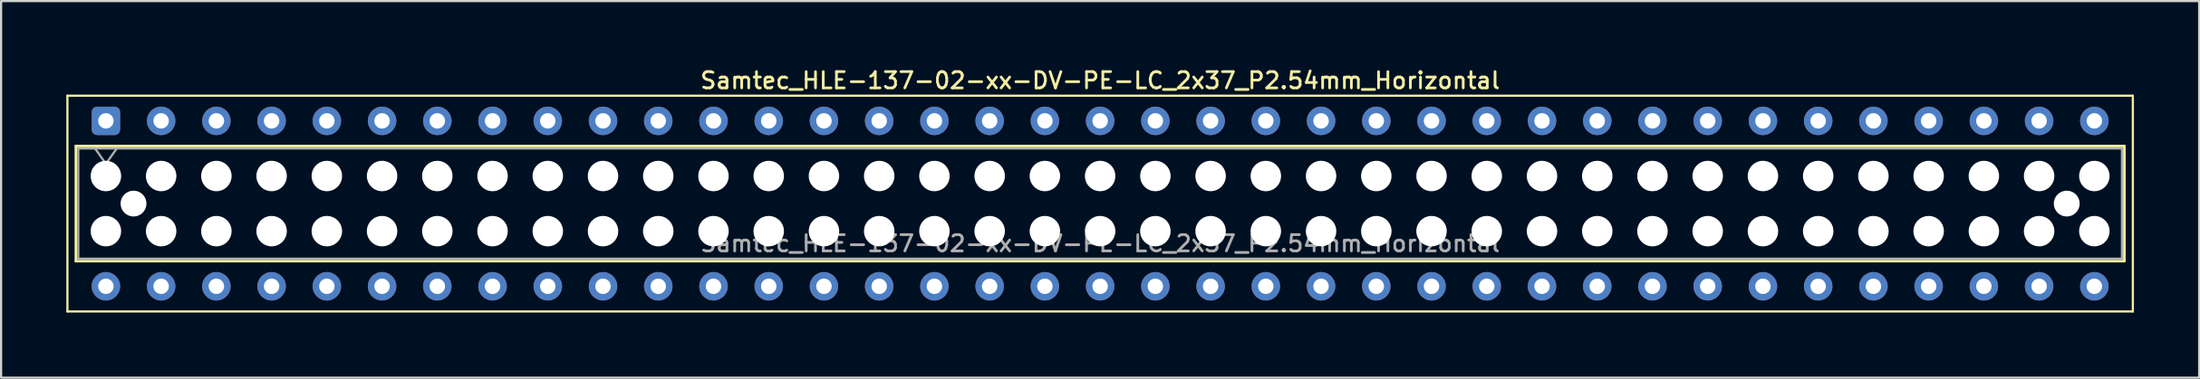
<source format=kicad_pcb>
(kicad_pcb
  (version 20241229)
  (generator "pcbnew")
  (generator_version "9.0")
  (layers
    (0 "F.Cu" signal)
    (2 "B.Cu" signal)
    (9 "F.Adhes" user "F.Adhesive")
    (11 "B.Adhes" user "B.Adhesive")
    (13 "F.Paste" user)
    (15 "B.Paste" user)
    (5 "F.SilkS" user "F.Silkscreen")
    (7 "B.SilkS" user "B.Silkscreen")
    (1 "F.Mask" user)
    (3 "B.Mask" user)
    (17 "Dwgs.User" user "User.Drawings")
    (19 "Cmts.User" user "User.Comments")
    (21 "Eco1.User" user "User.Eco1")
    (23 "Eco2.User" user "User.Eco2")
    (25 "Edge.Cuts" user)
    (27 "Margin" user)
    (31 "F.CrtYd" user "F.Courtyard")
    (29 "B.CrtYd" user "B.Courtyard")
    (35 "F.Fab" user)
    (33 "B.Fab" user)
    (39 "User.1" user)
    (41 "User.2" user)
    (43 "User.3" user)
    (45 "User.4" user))
  (footprint "Samtec_HLE-137-02-xx-DV-PE-LC_2x37_P2.54mm_Horizontal"
    (layer "F.Cu")
    (at 1.82 2.518)
    (property "Reference" "Samtec_HLE-137-02-xx-DV-PE-LC_2x37_P2.54mm_Horizontal" (at 45.72 -1.86 0) (layer "F.SilkS") (effects (font (size 0.75 0.75) (thickness 0.125))))
    (attr through_hole)
    (fp_line (start -1.77 -1.16) (end 93.21 -1.16) (stroke (width 0.1) (type solid)) (layer "F.SilkS"))
    (fp_line (start -1.77 8.78) (end -1.77 -1.16) (stroke (width 0.1) (type solid)) (layer "F.SilkS"))
    (fp_line (start -1.38 1.16) (end 92.82 1.16) (stroke (width 0.12) (type solid)) (layer "F.SilkS"))
    (fp_line (start -1.38 6.46) (end -1.38 1.16) (stroke (width 0.12) (type solid)) (layer "F.SilkS"))
    (fp_line (start 92.82 1.16) (end 92.82 6.46) (stroke (width 0.12) (type solid)) (layer "F.SilkS"))
    (fp_line (start 92.82 6.46) (end -1.38 6.46) (stroke (width 0.12) (type solid)) (layer "F.SilkS"))
    (fp_line (start 93.21 -1.16) (end 93.21 8.78) (stroke (width 0.1) (type solid)) (layer "F.SilkS"))
    (fp_line (start 93.21 8.78) (end -1.77 8.78) (stroke (width 0.1) (type solid)) (layer "F.SilkS"))
    (fp_line (start -1.27 1.27) (end 92.71 1.27) (stroke (width 0.1) (type solid)) (layer "F.Fab"))
    (fp_line (start -1.27 6.35) (end -1.27 1.27) (stroke (width 0.1) (type solid)) (layer "F.Fab"))
    (fp_line (start -0.5 1.27) (end 0 1.977) (stroke (width 0.1) (type solid)) (layer "F.Fab"))
    (fp_line (start 0 1.977) (end 0.5 1.27) (stroke (width 0.1) (type solid)) (layer "F.Fab"))
    (fp_line (start 92.71 1.27) (end 92.71 6.35) (stroke (width 0.1) (type solid)) (layer "F.Fab"))
    (fp_line (start 92.71 6.35) (end -1.27 6.35) (stroke (width 0.1) (type solid)) (layer "F.Fab"))
    (fp_text user "${REFERENCE}" (at 45.72 5.65 0) (layer "F.Fab") (effects (font (size 0.75 0.75) (thickness 0.125))))
    (pad "" np_thru_hole circle (at 0 2.54) (size 1.4 1.4) (drill 1.4) (layers "*.Cu" "*.Mask"))
    (pad "" np_thru_hole circle (at 0 5.08) (size 1.4 1.4) (drill 1.4) (layers "*.Cu" "*.Mask"))
    (pad "" np_thru_hole circle (at 1.27 3.81) (size 1.19 1.19) (drill 1.19) (layers "*.Cu" "*.Mask"))
    (pad "" np_thru_hole circle (at 2.54 2.54) (size 1.4 1.4) (drill 1.4) (layers "*.Cu" "*.Mask"))
    (pad "" np_thru_hole circle (at 2.54 5.08) (size 1.4 1.4) (drill 1.4) (layers "*.Cu" "*.Mask"))
    (pad "" np_thru_hole circle (at 5.08 2.54) (size 1.4 1.4) (drill 1.4) (layers "*.Cu" "*.Mask"))
    (pad "" np_thru_hole circle (at 5.08 5.08) (size 1.4 1.4) (drill 1.4) (layers "*.Cu" "*.Mask"))
    (pad "" np_thru_hole circle (at 7.62 2.54) (size 1.4 1.4) (drill 1.4) (layers "*.Cu" "*.Mask"))
    (pad "" np_thru_hole circle (at 7.62 5.08) (size 1.4 1.4) (drill 1.4) (layers "*.Cu" "*.Mask"))
    (pad "" np_thru_hole circle (at 10.16 2.54) (size 1.4 1.4) (drill 1.4) (layers "*.Cu" "*.Mask"))
    (pad "" np_thru_hole circle (at 10.16 5.08) (size 1.4 1.4) (drill 1.4) (layers "*.Cu" "*.Mask"))
    (pad "" np_thru_hole circle (at 12.7 2.54) (size 1.4 1.4) (drill 1.4) (layers "*.Cu" "*.Mask"))
    (pad "" np_thru_hole circle (at 12.7 5.08) (size 1.4 1.4) (drill 1.4) (layers "*.Cu" "*.Mask"))
    (pad "" np_thru_hole circle (at 15.24 2.54) (size 1.4 1.4) (drill 1.4) (layers "*.Cu" "*.Mask"))
    (pad "" np_thru_hole circle (at 15.24 5.08) (size 1.4 1.4) (drill 1.4) (layers "*.Cu" "*.Mask"))
    (pad "" np_thru_hole circle (at 17.78 2.54) (size 1.4 1.4) (drill 1.4) (layers "*.Cu" "*.Mask"))
    (pad "" np_thru_hole circle (at 17.78 5.08) (size 1.4 1.4) (drill 1.4) (layers "*.Cu" "*.Mask"))
    (pad "" np_thru_hole circle (at 20.32 2.54) (size 1.4 1.4) (drill 1.4) (layers "*.Cu" "*.Mask"))
    (pad "" np_thru_hole circle (at 20.32 5.08) (size 1.4 1.4) (drill 1.4) (layers "*.Cu" "*.Mask"))
    (pad "" np_thru_hole circle (at 22.86 2.54) (size 1.4 1.4) (drill 1.4) (layers "*.Cu" "*.Mask"))
    (pad "" np_thru_hole circle (at 22.86 5.08) (size 1.4 1.4) (drill 1.4) (layers "*.Cu" "*.Mask"))
    (pad "" np_thru_hole circle (at 25.4 2.54) (size 1.4 1.4) (drill 1.4) (layers "*.Cu" "*.Mask"))
    (pad "" np_thru_hole circle (at 25.4 5.08) (size 1.4 1.4) (drill 1.4) (layers "*.Cu" "*.Mask"))
    (pad "" np_thru_hole circle (at 27.94 2.54) (size 1.4 1.4) (drill 1.4) (layers "*.Cu" "*.Mask"))
    (pad "" np_thru_hole circle (at 27.94 5.08) (size 1.4 1.4) (drill 1.4) (layers "*.Cu" "*.Mask"))
    (pad "" np_thru_hole circle (at 30.48 2.54) (size 1.4 1.4) (drill 1.4) (layers "*.Cu" "*.Mask"))
    (pad "" np_thru_hole circle (at 30.48 5.08) (size 1.4 1.4) (drill 1.4) (layers "*.Cu" "*.Mask"))
    (pad "" np_thru_hole circle (at 33.02 2.54) (size 1.4 1.4) (drill 1.4) (layers "*.Cu" "*.Mask"))
    (pad "" np_thru_hole circle (at 33.02 5.08) (size 1.4 1.4) (drill 1.4) (layers "*.Cu" "*.Mask"))
    (pad "" np_thru_hole circle (at 35.56 2.54) (size 1.4 1.4) (drill 1.4) (layers "*.Cu" "*.Mask"))
    (pad "" np_thru_hole circle (at 35.56 5.08) (size 1.4 1.4) (drill 1.4) (layers "*.Cu" "*.Mask"))
    (pad "" np_thru_hole circle (at 38.1 2.54) (size 1.4 1.4) (drill 1.4) (layers "*.Cu" "*.Mask"))
    (pad "" np_thru_hole circle (at 38.1 5.08) (size 1.4 1.4) (drill 1.4) (layers "*.Cu" "*.Mask"))
    (pad "" np_thru_hole circle (at 40.64 2.54) (size 1.4 1.4) (drill 1.4) (layers "*.Cu" "*.Mask"))
    (pad "" np_thru_hole circle (at 40.64 5.08) (size 1.4 1.4) (drill 1.4) (layers "*.Cu" "*.Mask"))
    (pad "" np_thru_hole circle (at 43.18 2.54) (size 1.4 1.4) (drill 1.4) (layers "*.Cu" "*.Mask"))
    (pad "" np_thru_hole circle (at 43.18 5.08) (size 1.4 1.4) (drill 1.4) (layers "*.Cu" "*.Mask"))
    (pad "" np_thru_hole circle (at 45.72 2.54) (size 1.4 1.4) (drill 1.4) (layers "*.Cu" "*.Mask"))
    (pad "" np_thru_hole circle (at 45.72 5.08) (size 1.4 1.4) (drill 1.4) (layers "*.Cu" "*.Mask"))
    (pad "" np_thru_hole circle (at 48.26 2.54) (size 1.4 1.4) (drill 1.4) (layers "*.Cu" "*.Mask"))
    (pad "" np_thru_hole circle (at 48.26 5.08) (size 1.4 1.4) (drill 1.4) (layers "*.Cu" "*.Mask"))
    (pad "" np_thru_hole circle (at 50.8 2.54) (size 1.4 1.4) (drill 1.4) (layers "*.Cu" "*.Mask"))
    (pad "" np_thru_hole circle (at 50.8 5.08) (size 1.4 1.4) (drill 1.4) (layers "*.Cu" "*.Mask"))
    (pad "" np_thru_hole circle (at 53.34 2.54) (size 1.4 1.4) (drill 1.4) (layers "*.Cu" "*.Mask"))
    (pad "" np_thru_hole circle (at 53.34 5.08) (size 1.4 1.4) (drill 1.4) (layers "*.Cu" "*.Mask"))
    (pad "" np_thru_hole circle (at 55.88 2.54) (size 1.4 1.4) (drill 1.4) (layers "*.Cu" "*.Mask"))
    (pad "" np_thru_hole circle (at 55.88 5.08) (size 1.4 1.4) (drill 1.4) (layers "*.Cu" "*.Mask"))
    (pad "" np_thru_hole circle (at 58.42 2.54) (size 1.4 1.4) (drill 1.4) (layers "*.Cu" "*.Mask"))
    (pad "" np_thru_hole circle (at 58.42 5.08) (size 1.4 1.4) (drill 1.4) (layers "*.Cu" "*.Mask"))
    (pad "" np_thru_hole circle (at 60.96 2.54) (size 1.4 1.4) (drill 1.4) (layers "*.Cu" "*.Mask"))
    (pad "" np_thru_hole circle (at 60.96 5.08) (size 1.4 1.4) (drill 1.4) (layers "*.Cu" "*.Mask"))
    (pad "" np_thru_hole circle (at 63.5 2.54) (size 1.4 1.4) (drill 1.4) (layers "*.Cu" "*.Mask"))
    (pad "" np_thru_hole circle (at 63.5 5.08) (size 1.4 1.4) (drill 1.4) (layers "*.Cu" "*.Mask"))
    (pad "" np_thru_hole circle (at 66.04 2.54) (size 1.4 1.4) (drill 1.4) (layers "*.Cu" "*.Mask"))
    (pad "" np_thru_hole circle (at 66.04 5.08) (size 1.4 1.4) (drill 1.4) (layers "*.Cu" "*.Mask"))
    (pad "" np_thru_hole circle (at 68.58 2.54) (size 1.4 1.4) (drill 1.4) (layers "*.Cu" "*.Mask"))
    (pad "" np_thru_hole circle (at 68.58 5.08) (size 1.4 1.4) (drill 1.4) (layers "*.Cu" "*.Mask"))
    (pad "" np_thru_hole circle (at 71.12 2.54) (size 1.4 1.4) (drill 1.4) (layers "*.Cu" "*.Mask"))
    (pad "" np_thru_hole circle (at 71.12 5.08) (size 1.4 1.4) (drill 1.4) (layers "*.Cu" "*.Mask"))
    (pad "" np_thru_hole circle (at 73.66 2.54) (size 1.4 1.4) (drill 1.4) (layers "*.Cu" "*.Mask"))
    (pad "" np_thru_hole circle (at 73.66 5.08) (size 1.4 1.4) (drill 1.4) (layers "*.Cu" "*.Mask"))
    (pad "" np_thru_hole circle (at 76.2 2.54) (size 1.4 1.4) (drill 1.4) (layers "*.Cu" "*.Mask"))
    (pad "" np_thru_hole circle (at 76.2 5.08) (size 1.4 1.4) (drill 1.4) (layers "*.Cu" "*.Mask"))
    (pad "" np_thru_hole circle (at 78.74 2.54) (size 1.4 1.4) (drill 1.4) (layers "*.Cu" "*.Mask"))
    (pad "" np_thru_hole circle (at 78.74 5.08) (size 1.4 1.4) (drill 1.4) (layers "*.Cu" "*.Mask"))
    (pad "" np_thru_hole circle (at 81.28 2.54) (size 1.4 1.4) (drill 1.4) (layers "*.Cu" "*.Mask"))
    (pad "" np_thru_hole circle (at 81.28 5.08) (size 1.4 1.4) (drill 1.4) (layers "*.Cu" "*.Mask"))
    (pad "" np_thru_hole circle (at 83.82 2.54) (size 1.4 1.4) (drill 1.4) (layers "*.Cu" "*.Mask"))
    (pad "" np_thru_hole circle (at 83.82 5.08) (size 1.4 1.4) (drill 1.4) (layers "*.Cu" "*.Mask"))
    (pad "" np_thru_hole circle (at 86.36 2.54) (size 1.4 1.4) (drill 1.4) (layers "*.Cu" "*.Mask"))
    (pad "" np_thru_hole circle (at 86.36 5.08) (size 1.4 1.4) (drill 1.4) (layers "*.Cu" "*.Mask"))
    (pad "" np_thru_hole circle (at 88.9 2.54) (size 1.4 1.4) (drill 1.4) (layers "*.Cu" "*.Mask"))
    (pad "" np_thru_hole circle (at 88.9 5.08) (size 1.4 1.4) (drill 1.4) (layers "*.Cu" "*.Mask"))
    (pad "" np_thru_hole circle (at 90.17 3.81) (size 1.19 1.19) (drill 1.19) (layers "*.Cu" "*.Mask"))
    (pad "" np_thru_hole circle (at 91.44 2.54) (size 1.4 1.4) (drill 1.4) (layers "*.Cu" "*.Mask"))
    (pad "" np_thru_hole circle (at 91.44 5.08) (size 1.4 1.4) (drill 1.4) (layers "*.Cu" "*.Mask"))
    (pad "1" thru_hole roundrect (at 0 0) (size 1.31 1.31) (drill 0.71) (layers "*.Cu" "*.Mask") (roundrect_rratio 0.191))
    (pad "2" thru_hole circle (at 0 7.62) (size 1.31 1.31) (drill 0.71) (layers "*.Cu" "*.Mask"))
    (pad "3" thru_hole circle (at 2.54 0) (size 1.31 1.31) (drill 0.71) (layers "*.Cu" "*.Mask"))
    (pad "4" thru_hole circle (at 2.54 7.62) (size 1.31 1.31) (drill 0.71) (layers "*.Cu" "*.Mask"))
    (pad "5" thru_hole circle (at 5.08 0) (size 1.31 1.31) (drill 0.71) (layers "*.Cu" "*.Mask"))
    (pad "6" thru_hole circle (at 5.08 7.62) (size 1.31 1.31) (drill 0.71) (layers "*.Cu" "*.Mask"))
    (pad "7" thru_hole circle (at 7.62 0) (size 1.31 1.31) (drill 0.71) (layers "*.Cu" "*.Mask"))
    (pad "8" thru_hole circle (at 7.62 7.62) (size 1.31 1.31) (drill 0.71) (layers "*.Cu" "*.Mask"))
    (pad "9" thru_hole circle (at 10.16 0) (size 1.31 1.31) (drill 0.71) (layers "*.Cu" "*.Mask"))
    (pad "10" thru_hole circle (at 10.16 7.62) (size 1.31 1.31) (drill 0.71) (layers "*.Cu" "*.Mask"))
    (pad "11" thru_hole circle (at 12.7 0) (size 1.31 1.31) (drill 0.71) (layers "*.Cu" "*.Mask"))
    (pad "12" thru_hole circle (at 12.7 7.62) (size 1.31 1.31) (drill 0.71) (layers "*.Cu" "*.Mask"))
    (pad "13" thru_hole circle (at 15.24 0) (size 1.31 1.31) (drill 0.71) (layers "*.Cu" "*.Mask"))
    (pad "14" thru_hole circle (at 15.24 7.62) (size 1.31 1.31) (drill 0.71) (layers "*.Cu" "*.Mask"))
    (pad "15" thru_hole circle (at 17.78 0) (size 1.31 1.31) (drill 0.71) (layers "*.Cu" "*.Mask"))
    (pad "16" thru_hole circle (at 17.78 7.62) (size 1.31 1.31) (drill 0.71) (layers "*.Cu" "*.Mask"))
    (pad "17" thru_hole circle (at 20.32 0) (size 1.31 1.31) (drill 0.71) (layers "*.Cu" "*.Mask"))
    (pad "18" thru_hole circle (at 20.32 7.62) (size 1.31 1.31) (drill 0.71) (layers "*.Cu" "*.Mask"))
    (pad "19" thru_hole circle (at 22.86 0) (size 1.31 1.31) (drill 0.71) (layers "*.Cu" "*.Mask"))
    (pad "20" thru_hole circle (at 22.86 7.62) (size 1.31 1.31) (drill 0.71) (layers "*.Cu" "*.Mask"))
    (pad "21" thru_hole circle (at 25.4 0) (size 1.31 1.31) (drill 0.71) (layers "*.Cu" "*.Mask"))
    (pad "22" thru_hole circle (at 25.4 7.62) (size 1.31 1.31) (drill 0.71) (layers "*.Cu" "*.Mask"))
    (pad "23" thru_hole circle (at 27.94 0) (size 1.31 1.31) (drill 0.71) (layers "*.Cu" "*.Mask"))
    (pad "24" thru_hole circle (at 27.94 7.62) (size 1.31 1.31) (drill 0.71) (layers "*.Cu" "*.Mask"))
    (pad "25" thru_hole circle (at 30.48 0) (size 1.31 1.31) (drill 0.71) (layers "*.Cu" "*.Mask"))
    (pad "26" thru_hole circle (at 30.48 7.62) (size 1.31 1.31) (drill 0.71) (layers "*.Cu" "*.Mask"))
    (pad "27" thru_hole circle (at 33.02 0) (size 1.31 1.31) (drill 0.71) (layers "*.Cu" "*.Mask"))
    (pad "28" thru_hole circle (at 33.02 7.62) (size 1.31 1.31) (drill 0.71) (layers "*.Cu" "*.Mask"))
    (pad "29" thru_hole circle (at 35.56 0) (size 1.31 1.31) (drill 0.71) (layers "*.Cu" "*.Mask"))
    (pad "30" thru_hole circle (at 35.56 7.62) (size 1.31 1.31) (drill 0.71) (layers "*.Cu" "*.Mask"))
    (pad "31" thru_hole circle (at 38.1 0) (size 1.31 1.31) (drill 0.71) (layers "*.Cu" "*.Mask"))
    (pad "32" thru_hole circle (at 38.1 7.62) (size 1.31 1.31) (drill 0.71) (layers "*.Cu" "*.Mask"))
    (pad "33" thru_hole circle (at 40.64 0) (size 1.31 1.31) (drill 0.71) (layers "*.Cu" "*.Mask"))
    (pad "34" thru_hole circle (at 40.64 7.62) (size 1.31 1.31) (drill 0.71) (layers "*.Cu" "*.Mask"))
    (pad "35" thru_hole circle (at 43.18 0) (size 1.31 1.31) (drill 0.71) (layers "*.Cu" "*.Mask"))
    (pad "36" thru_hole circle (at 43.18 7.62) (size 1.31 1.31) (drill 0.71) (layers "*.Cu" "*.Mask"))
    (pad "37" thru_hole circle (at 45.72 0) (size 1.31 1.31) (drill 0.71) (layers "*.Cu" "*.Mask"))
    (pad "38" thru_hole circle (at 45.72 7.62) (size 1.31 1.31) (drill 0.71) (layers "*.Cu" "*.Mask"))
    (pad "39" thru_hole circle (at 48.26 0) (size 1.31 1.31) (drill 0.71) (layers "*.Cu" "*.Mask"))
    (pad "40" thru_hole circle (at 48.26 7.62) (size 1.31 1.31) (drill 0.71) (layers "*.Cu" "*.Mask"))
    (pad "41" thru_hole circle (at 50.8 0) (size 1.31 1.31) (drill 0.71) (layers "*.Cu" "*.Mask"))
    (pad "42" thru_hole circle (at 50.8 7.62) (size 1.31 1.31) (drill 0.71) (layers "*.Cu" "*.Mask"))
    (pad "43" thru_hole circle (at 53.34 0) (size 1.31 1.31) (drill 0.71) (layers "*.Cu" "*.Mask"))
    (pad "44" thru_hole circle (at 53.34 7.62) (size 1.31 1.31) (drill 0.71) (layers "*.Cu" "*.Mask"))
    (pad "45" thru_hole circle (at 55.88 0) (size 1.31 1.31) (drill 0.71) (layers "*.Cu" "*.Mask"))
    (pad "46" thru_hole circle (at 55.88 7.62) (size 1.31 1.31) (drill 0.71) (layers "*.Cu" "*.Mask"))
    (pad "47" thru_hole circle (at 58.42 0) (size 1.31 1.31) (drill 0.71) (layers "*.Cu" "*.Mask"))
    (pad "48" thru_hole circle (at 58.42 7.62) (size 1.31 1.31) (drill 0.71) (layers "*.Cu" "*.Mask"))
    (pad "49" thru_hole circle (at 60.96 0) (size 1.31 1.31) (drill 0.71) (layers "*.Cu" "*.Mask"))
    (pad "50" thru_hole circle (at 60.96 7.62) (size 1.31 1.31) (drill 0.71) (layers "*.Cu" "*.Mask"))
    (pad "51" thru_hole circle (at 63.5 0) (size 1.31 1.31) (drill 0.71) (layers "*.Cu" "*.Mask"))
    (pad "52" thru_hole circle (at 63.5 7.62) (size 1.31 1.31) (drill 0.71) (layers "*.Cu" "*.Mask"))
    (pad "53" thru_hole circle (at 66.04 0) (size 1.31 1.31) (drill 0.71) (layers "*.Cu" "*.Mask"))
    (pad "54" thru_hole circle (at 66.04 7.62) (size 1.31 1.31) (drill 0.71) (layers "*.Cu" "*.Mask"))
    (pad "55" thru_hole circle (at 68.58 0) (size 1.31 1.31) (drill 0.71) (layers "*.Cu" "*.Mask"))
    (pad "56" thru_hole circle (at 68.58 7.62) (size 1.31 1.31) (drill 0.71) (layers "*.Cu" "*.Mask"))
    (pad "57" thru_hole circle (at 71.12 0) (size 1.31 1.31) (drill 0.71) (layers "*.Cu" "*.Mask"))
    (pad "58" thru_hole circle (at 71.12 7.62) (size 1.31 1.31) (drill 0.71) (layers "*.Cu" "*.Mask"))
    (pad "59" thru_hole circle (at 73.66 0) (size 1.31 1.31) (drill 0.71) (layers "*.Cu" "*.Mask"))
    (pad "60" thru_hole circle (at 73.66 7.62) (size 1.31 1.31) (drill 0.71) (layers "*.Cu" "*.Mask"))
    (pad "61" thru_hole circle (at 76.2 0) (size 1.31 1.31) (drill 0.71) (layers "*.Cu" "*.Mask"))
    (pad "62" thru_hole circle (at 76.2 7.62) (size 1.31 1.31) (drill 0.71) (layers "*.Cu" "*.Mask"))
    (pad "63" thru_hole circle (at 78.74 0) (size 1.31 1.31) (drill 0.71) (layers "*.Cu" "*.Mask"))
    (pad "64" thru_hole circle (at 78.74 7.62) (size 1.31 1.31) (drill 0.71) (layers "*.Cu" "*.Mask"))
    (pad "65" thru_hole circle (at 81.28 0) (size 1.31 1.31) (drill 0.71) (layers "*.Cu" "*.Mask"))
    (pad "66" thru_hole circle (at 81.28 7.62) (size 1.31 1.31) (drill 0.71) (layers "*.Cu" "*.Mask"))
    (pad "67" thru_hole circle (at 83.82 0) (size 1.31 1.31) (drill 0.71) (layers "*.Cu" "*.Mask"))
    (pad "68" thru_hole circle (at 83.82 7.62) (size 1.31 1.31) (drill 0.71) (layers "*.Cu" "*.Mask"))
    (pad "69" thru_hole circle (at 86.36 0) (size 1.31 1.31) (drill 0.71) (layers "*.Cu" "*.Mask"))
    (pad "70" thru_hole circle (at 86.36 7.62) (size 1.31 1.31) (drill 0.71) (layers "*.Cu" "*.Mask"))
    (pad "71" thru_hole circle (at 88.9 0) (size 1.31 1.31) (drill 0.71) (layers "*.Cu" "*.Mask"))
    (pad "72" thru_hole circle (at 88.9 7.62) (size 1.31 1.31) (drill 0.71) (layers "*.Cu" "*.Mask"))
    (pad "73" thru_hole circle (at 91.44 0) (size 1.31 1.31) (drill 0.71) (layers "*.Cu" "*.Mask"))
    (pad "74" thru_hole circle (at 91.44 7.62) (size 1.31 1.31) (drill 0.71) (layers "*.Cu" "*.Mask")))
  (gr_rect
    (start -3 -3)
    (end 98.08 14.348)
    (stroke (width 0.1) (type default))
    (fill no)
    (layer "Edge.Cuts")))
</source>
